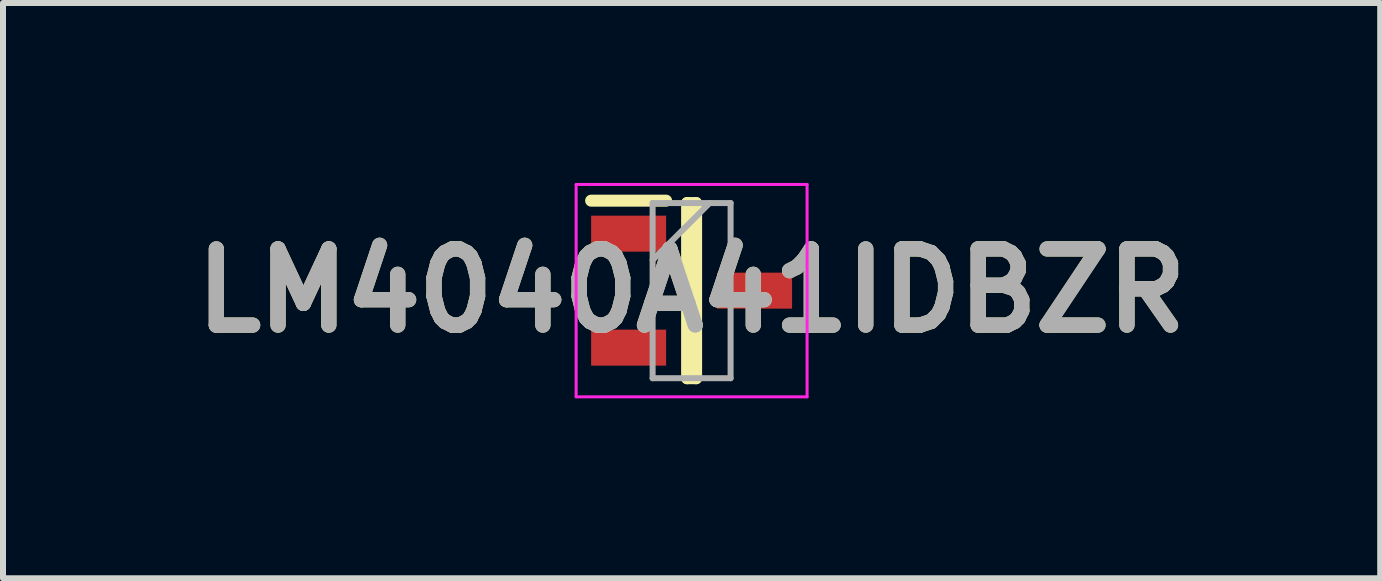
<source format=kicad_pcb>
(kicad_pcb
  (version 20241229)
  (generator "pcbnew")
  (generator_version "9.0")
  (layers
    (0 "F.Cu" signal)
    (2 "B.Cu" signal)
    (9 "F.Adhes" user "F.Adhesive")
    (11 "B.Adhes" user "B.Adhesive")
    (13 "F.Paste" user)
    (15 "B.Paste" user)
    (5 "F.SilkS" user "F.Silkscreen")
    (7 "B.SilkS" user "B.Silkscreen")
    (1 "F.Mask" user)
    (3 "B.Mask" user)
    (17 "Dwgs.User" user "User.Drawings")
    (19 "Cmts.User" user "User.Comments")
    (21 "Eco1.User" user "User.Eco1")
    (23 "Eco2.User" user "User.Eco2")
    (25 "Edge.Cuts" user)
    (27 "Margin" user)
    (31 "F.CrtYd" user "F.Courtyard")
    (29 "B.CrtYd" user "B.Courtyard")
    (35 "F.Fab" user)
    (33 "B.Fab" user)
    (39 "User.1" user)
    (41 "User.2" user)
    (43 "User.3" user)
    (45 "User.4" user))
  (footprint "LM4040A41IDBZR"
    (layer "F.Cu")
    (at 8.479 1.795)
    (property "Reference" "LM4040A41IDBZR" (at 0 0 0) (layer "F.SilkS") (effects (font (size 1.27 1.27) (thickness 0.254))))
    (attr smd)
    (fp_line (start -1.675 -1.5) (end -0.425 -1.5) (stroke (width 0.2) (type solid)) (layer "F.SilkS"))
    (fp_line (start -0.075 -1.46) (end 0.075 -1.46) (stroke (width 0.2) (type solid)) (layer "F.SilkS"))
    (fp_line (start -0.075 1.46) (end -0.075 -1.46) (stroke (width 0.2) (type solid)) (layer "F.SilkS"))
    (fp_line (start 0.075 -1.46) (end 0.075 1.46) (stroke (width 0.2) (type solid)) (layer "F.SilkS"))
    (fp_line (start 0.075 1.46) (end -0.075 1.46) (stroke (width 0.2) (type solid)) (layer "F.SilkS"))
    (fp_line (start -1.925 -1.77) (end 1.925 -1.77) (stroke (width 0.05) (type solid)) (layer "F.CrtYd"))
    (fp_line (start -1.925 1.77) (end -1.925 -1.77) (stroke (width 0.05) (type solid)) (layer "F.CrtYd"))
    (fp_line (start 1.925 -1.77) (end 1.925 1.77) (stroke (width 0.05) (type solid)) (layer "F.CrtYd"))
    (fp_line (start 1.925 1.77) (end -1.925 1.77) (stroke (width 0.05) (type solid)) (layer "F.CrtYd"))
    (fp_line (start -0.65 -1.46) (end 0.65 -1.46) (stroke (width 0.1) (type solid)) (layer "F.Fab"))
    (fp_line (start -0.65 -0.51) (end 0.3 -1.46) (stroke (width 0.1) (type solid)) (layer "F.Fab"))
    (fp_line (start -0.65 1.46) (end -0.65 -1.46) (stroke (width 0.1) (type solid)) (layer "F.Fab"))
    (fp_line (start 0.65 -1.46) (end 0.65 1.46) (stroke (width 0.1) (type solid)) (layer "F.Fab"))
    (fp_line (start 0.65 1.46) (end -0.65 1.46) (stroke (width 0.1) (type solid)) (layer "F.Fab"))
    (fp_text user "${REFERENCE}" (at 0 0 0) (layer "F.Fab") (effects (font (size 1.27 1.27) (thickness 0.254))))
    (pad "1" smd rect (at -1.05 -0.95 90) (size 0.6 1.25) (layers "F.Cu" "F.Mask" "F.Paste"))
    (pad "2" smd rect (at -1.05 0.95 90) (size 0.6 1.25) (layers "F.Cu" "F.Mask" "F.Paste"))
    (pad "3" smd rect (at 1.05 0 90) (size 0.6 1.25) (layers "F.Cu" "F.Mask" "F.Paste")))
  (gr_rect
    (start -3 -3)
    (end 19.958 6.59)
    (stroke (width 0.1) (type default))
    (fill no)
    (layer "Edge.Cuts")))
</source>
